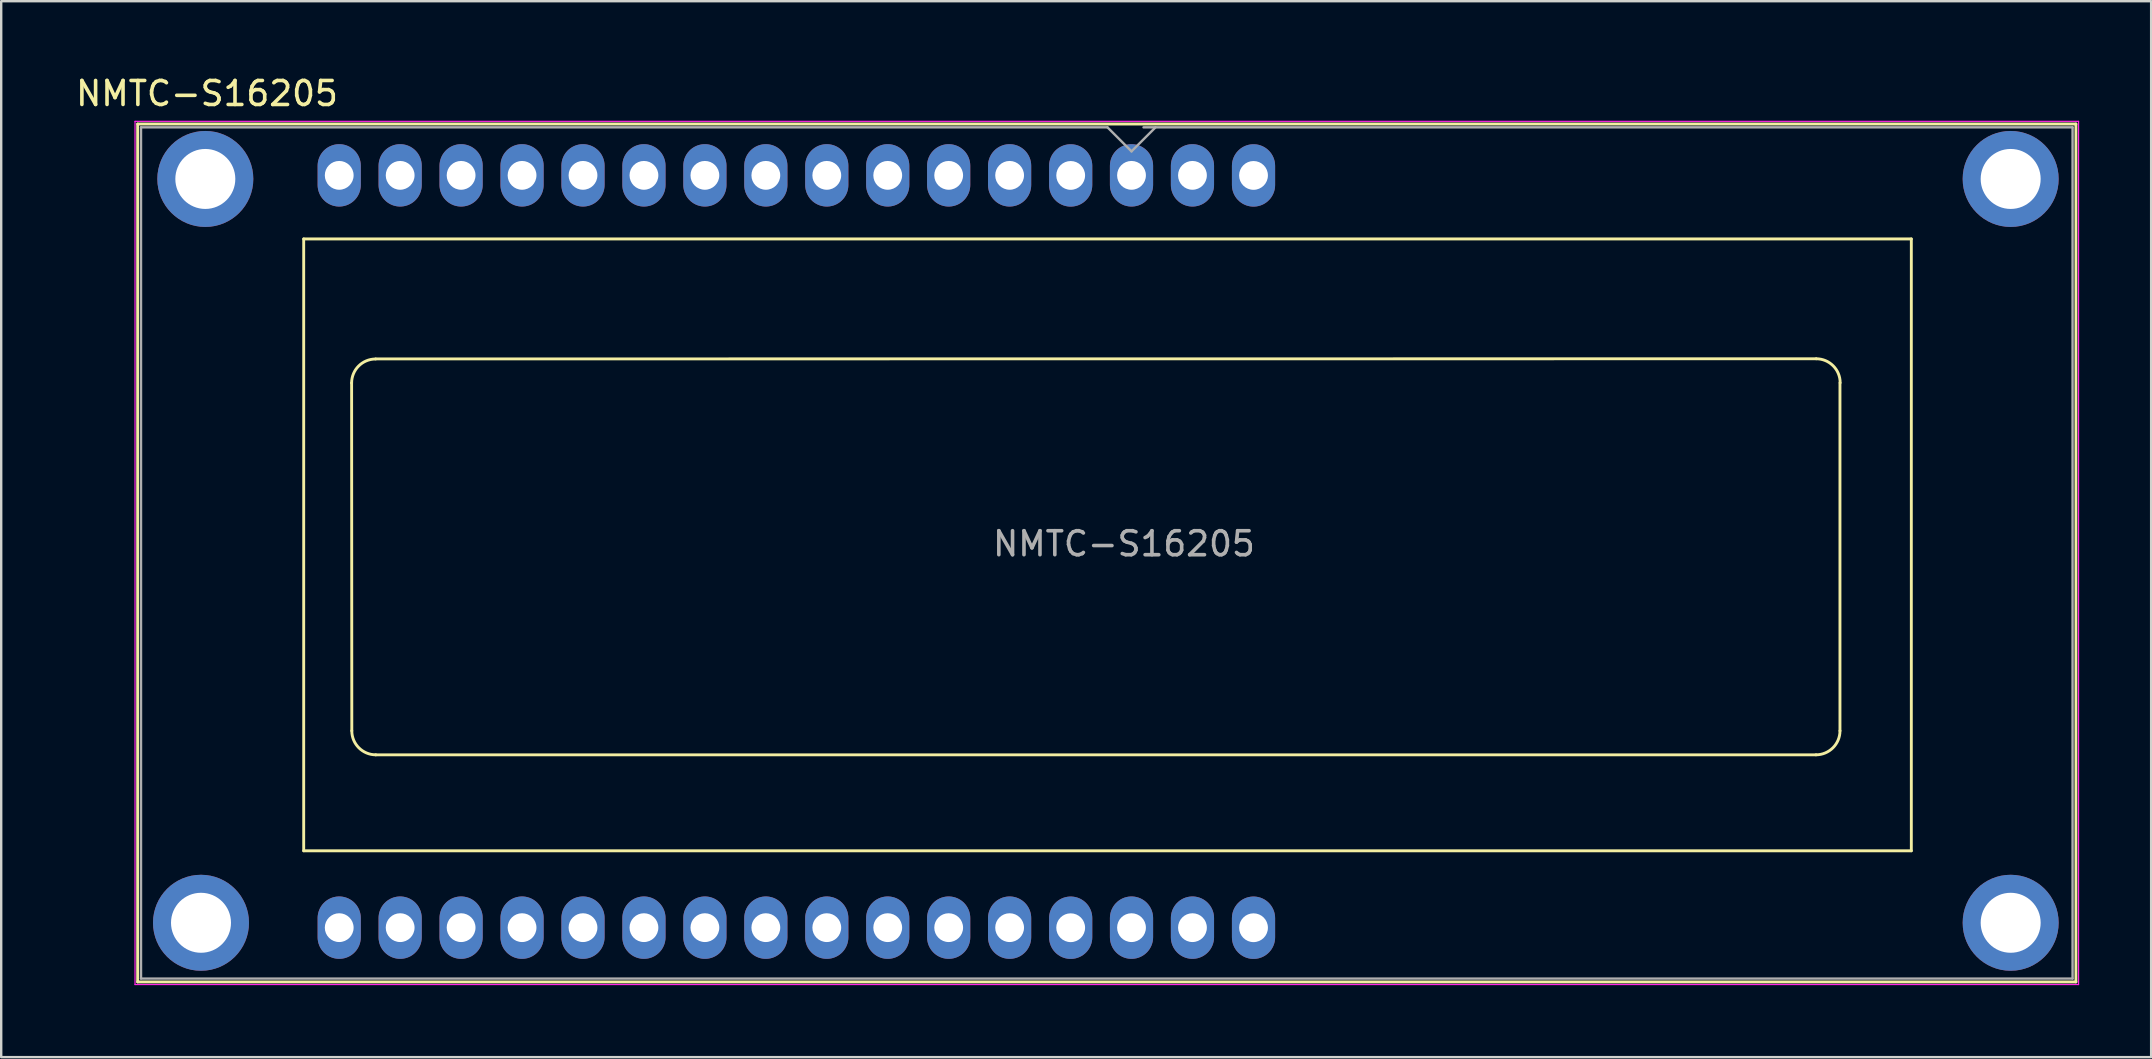
<source format=kicad_pcb>
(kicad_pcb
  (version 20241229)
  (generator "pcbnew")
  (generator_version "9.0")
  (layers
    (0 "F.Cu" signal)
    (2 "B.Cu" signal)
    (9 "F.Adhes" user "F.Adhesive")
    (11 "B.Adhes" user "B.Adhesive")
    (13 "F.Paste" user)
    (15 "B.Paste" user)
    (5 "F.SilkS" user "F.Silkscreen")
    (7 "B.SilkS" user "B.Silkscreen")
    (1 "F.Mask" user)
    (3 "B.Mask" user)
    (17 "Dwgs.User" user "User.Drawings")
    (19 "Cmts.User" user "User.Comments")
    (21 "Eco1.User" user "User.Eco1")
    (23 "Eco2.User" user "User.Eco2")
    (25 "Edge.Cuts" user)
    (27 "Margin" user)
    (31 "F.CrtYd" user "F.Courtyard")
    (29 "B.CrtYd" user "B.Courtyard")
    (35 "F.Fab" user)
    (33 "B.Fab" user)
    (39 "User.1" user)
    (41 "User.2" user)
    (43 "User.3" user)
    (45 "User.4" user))
  (footprint "NMTC-S16205"
    (layer "F.Cu")
    (at 36.107 0.408)
    (property "Reference" "NMTC-S16205" (at -30.53 0.44 180) (layer "F.SilkS") (effects (font (size 1 1) (thickness 0.15))))
    (attr through_hole)
    (fp_line (start -33.42 1.71) (end 47.36 1.71) (stroke (width 0.12) (type solid)) (layer "F.SilkS"))
    (fp_line (start -33.42 37.465) (end -33.42 1.71) (stroke (width 0.12) (type solid)) (layer "F.SilkS"))
    (fp_line (start -26.5 6.5) (end 40.5 6.5) (stroke (width 0.12) (type solid)) (layer "F.SilkS"))
    (fp_line (start -26.5 32) (end -26.5 6.5) (stroke (width 0.12) (type solid)) (layer "F.SilkS"))
    (fp_line (start -24.495 26.999) (end -24.503 12.502) (stroke (width 0.12) (type solid)) (layer "F.SilkS"))
    (fp_line (start -23.5 11.5) (end 36.536 11.494) (stroke (width 0.12) (type solid)) (layer "F.SilkS"))
    (fp_line (start 36.526 28) (end -23.5 28) (stroke (width 0.12) (type solid)) (layer "F.SilkS"))
    (fp_line (start 37.526 12.5) (end 37.526 26.999) (stroke (width 0.12) (type solid)) (layer "F.SilkS"))
    (fp_line (start 40.5 6.5) (end 40.5 32) (stroke (width 0.12) (type solid)) (layer "F.SilkS"))
    (fp_line (start 40.5 32) (end -26.5 32) (stroke (width 0.12) (type solid)) (layer "F.SilkS"))
    (fp_line (start 47.36 1.71) (end 47.36 37.465) (stroke (width 0.12) (type solid)) (layer "F.SilkS"))
    (fp_line (start 47.36 37.465) (end -33.42 37.465) (stroke (width 0.12) (type solid)) (layer "F.SilkS"))
    (fp_arc (start -24.50286 12.50246) (mid -24.210488 11.796612) (end -23.50464 11.50424) (stroke (width 0.12) (type solid)) (layer "F.SilkS"))
    (fp_arc (start -23.49464 28) (mid -24.202284 27.706884) (end -24.4954 26.99924) (stroke (width 0.12) (type solid)) (layer "F.SilkS"))
    (fp_arc (start 36.53574 11.49424) (mid 37.241588 11.786612) (end 37.53396 12.49246) (stroke (width 0.12) (type solid)) (layer "F.SilkS"))
    (fp_arc (start 37.5265 26.99924) (mid 37.233384 27.706884) (end 36.52574 28) (stroke (width 0.12) (type solid)) (layer "F.SilkS"))
    (fp_line (start -33.53 1.6) (end 47.47 1.6) (stroke (width 0.05) (type solid)) (layer "F.CrtYd"))
    (fp_line (start -33.53 37.575) (end -33.53 1.6) (stroke (width 0.05) (type solid)) (layer "F.CrtYd"))
    (fp_line (start -33.53 37.575) (end 47.47 37.575) (stroke (width 0.05) (type solid)) (layer "F.CrtYd"))
    (fp_line (start 47.47 37.575) (end 47.47 1.6) (stroke (width 0.05) (type solid)) (layer "F.CrtYd"))
    (fp_line (start -33.28 1.85) (end 7 1.85) (stroke (width 0.1) (type solid)) (layer "F.Fab"))
    (fp_line (start -33.28 37.325) (end -33.28 1.85) (stroke (width 0.1) (type solid)) (layer "F.Fab"))
    (fp_line (start 7 1.85) (end 8 2.85) (stroke (width 0.1) (type solid)) (layer "F.Fab"))
    (fp_line (start 8 2.85) (end 9 1.85) (stroke (width 0.1) (type solid)) (layer "F.Fab"))
    (fp_line (start 8.5 1.85) (end 47.22 1.85) (stroke (width 0.1) (type solid)) (layer "F.Fab"))
    (fp_line (start 47.22 1.85) (end 47.22 37.325) (stroke (width 0.1) (type solid)) (layer "F.Fab"))
    (fp_line (start 47.22 37.325) (end -33.28 37.325) (stroke (width 0.1) (type solid)) (layer "F.Fab"))
    (fp_text user "${REFERENCE}" (at 7.685 19.205 0) (layer "F.Fab") (effects (font (size 1 1) (thickness 0.15))))
    (pad "" thru_hole circle (at -30.78 35 180) (size 4 4) (drill 2.5) (layers "*.Cu" "*.Mask"))
    (pad "" thru_hole circle (at -30.6 4 180) (size 4 4) (drill 2.5) (layers "*.Cu" "*.Mask"))
    (pad "" thru_hole circle (at 44.64 4 180) (size 4 4) (drill 2.5) (layers "*.Cu" "*.Mask"))
    (pad "" thru_hole circle (at 44.64 35 180) (size 4 4) (drill 2.5) (layers "*.Cu" "*.Mask"))
    (pad "1" thru_hole oval (at -25.02 3.85 180) (size 1.8 2.6) (drill 1.2) (layers "*.Cu" "*.Mask"))
    (pad "1" thru_hole oval (at -25.02 35.203 180) (size 1.8 2.6) (drill 1.2) (layers "*.Cu" "*.Mask"))
    (pad "2" thru_hole oval (at -22.48 3.85 180) (size 1.8 2.6) (drill 1.2) (layers "*.Cu" "*.Mask"))
    (pad "2" thru_hole oval (at -22.48 35.203 180) (size 1.8 2.6) (drill 1.2) (layers "*.Cu" "*.Mask"))
    (pad "3" thru_hole oval (at -19.94 3.85 180) (size 1.8 2.6) (drill 1.2) (layers "*.Cu" "*.Mask"))
    (pad "3" thru_hole oval (at -19.94 35.203 180) (size 1.8 2.6) (drill 1.2) (layers "*.Cu" "*.Mask"))
    (pad "4" thru_hole oval (at -17.4 3.85 180) (size 1.8 2.6) (drill 1.2) (layers "*.Cu" "*.Mask"))
    (pad "4" thru_hole oval (at -17.4 35.203 180) (size 1.8 2.6) (drill 1.2) (layers "*.Cu" "*.Mask"))
    (pad "5" thru_hole oval (at -14.86 3.85 180) (size 1.8 2.6) (drill 1.2) (layers "*.Cu" "*.Mask"))
    (pad "5" thru_hole oval (at -14.86 35.203 180) (size 1.8 2.6) (drill 1.2) (layers "*.Cu" "*.Mask"))
    (pad "6" thru_hole oval (at -12.32 3.85 180) (size 1.8 2.6) (drill 1.2) (layers "*.Cu" "*.Mask"))
    (pad "6" thru_hole oval (at -12.32 35.203 180) (size 1.8 2.6) (drill 1.2) (layers "*.Cu" "*.Mask"))
    (pad "7" thru_hole oval (at -9.78 3.85 180) (size 1.8 2.6) (drill 1.2) (layers "*.Cu" "*.Mask"))
    (pad "7" thru_hole oval (at -9.78 35.203 180) (size 1.8 2.6) (drill 1.2) (layers "*.Cu" "*.Mask"))
    (pad "8" thru_hole oval (at -7.24 3.85 180) (size 1.8 2.6) (drill 1.2) (layers "*.Cu" "*.Mask"))
    (pad "8" thru_hole oval (at -7.24 35.203 180) (size 1.8 2.6) (drill 1.2) (layers "*.Cu" "*.Mask"))
    (pad "9" thru_hole oval (at -4.7 3.85 180) (size 1.8 2.6) (drill 1.2) (layers "*.Cu" "*.Mask"))
    (pad "9" thru_hole oval (at -4.7 35.203 180) (size 1.8 2.6) (drill 1.2) (layers "*.Cu" "*.Mask"))
    (pad "10" thru_hole oval (at -2.16 3.85 180) (size 1.8 2.6) (drill 1.2) (layers "*.Cu" "*.Mask"))
    (pad "10" thru_hole oval (at -2.16 35.203 180) (size 1.8 2.6) (drill 1.2) (layers "*.Cu" "*.Mask"))
    (pad "11" thru_hole oval (at 0.38 3.85 180) (size 1.8 2.6) (drill 1.2) (layers "*.Cu" "*.Mask"))
    (pad "11" thru_hole oval (at 0.38 35.203 180) (size 1.8 2.6) (drill 1.2) (layers "*.Cu" "*.Mask"))
    (pad "12" thru_hole oval (at 2.92 3.85 180) (size 1.8 2.6) (drill 1.2) (layers "*.Cu" "*.Mask"))
    (pad "12" thru_hole oval (at 2.92 35.203 180) (size 1.8 2.6) (drill 1.2) (layers "*.Cu" "*.Mask"))
    (pad "13" thru_hole oval (at 5.465 3.853 180) (size 1.8 2.6) (drill 1.2) (layers "*.Cu" "*.Mask"))
    (pad "13" thru_hole oval (at 5.465 35.206 180) (size 1.8 2.6) (drill 1.2) (layers "*.Cu" "*.Mask"))
    (pad "14" thru_hole oval (at 8 3.85 180) (size 1.8 2.6) (drill 1.2) (layers "*.Cu" "*.Mask"))
    (pad "14" thru_hole oval (at 8 35.203 180) (size 1.8 2.6) (drill 1.2) (layers "*.Cu" "*.Mask"))
    (pad "15" thru_hole oval (at 10.54 3.85 180) (size 1.8 2.6) (drill 1.2) (layers "*.Cu" "*.Mask"))
    (pad "15" thru_hole oval (at 10.54 35.203 180) (size 1.8 2.6) (drill 1.2) (layers "*.Cu" "*.Mask"))
    (pad "16" thru_hole oval (at 13.085 3.853 180) (size 1.8 2.6) (drill 1.2) (layers "*.Cu" "*.Mask"))
    (pad "16" thru_hole oval (at 13.085 35.206 180) (size 1.8 2.6) (drill 1.2) (layers "*.Cu" "*.Mask")))
  (gr_rect
    (start -3 -3)
    (end 86.602 41.008)
    (stroke (width 0.1) (type default))
    (fill no)
    (layer "Edge.Cuts")))
</source>
